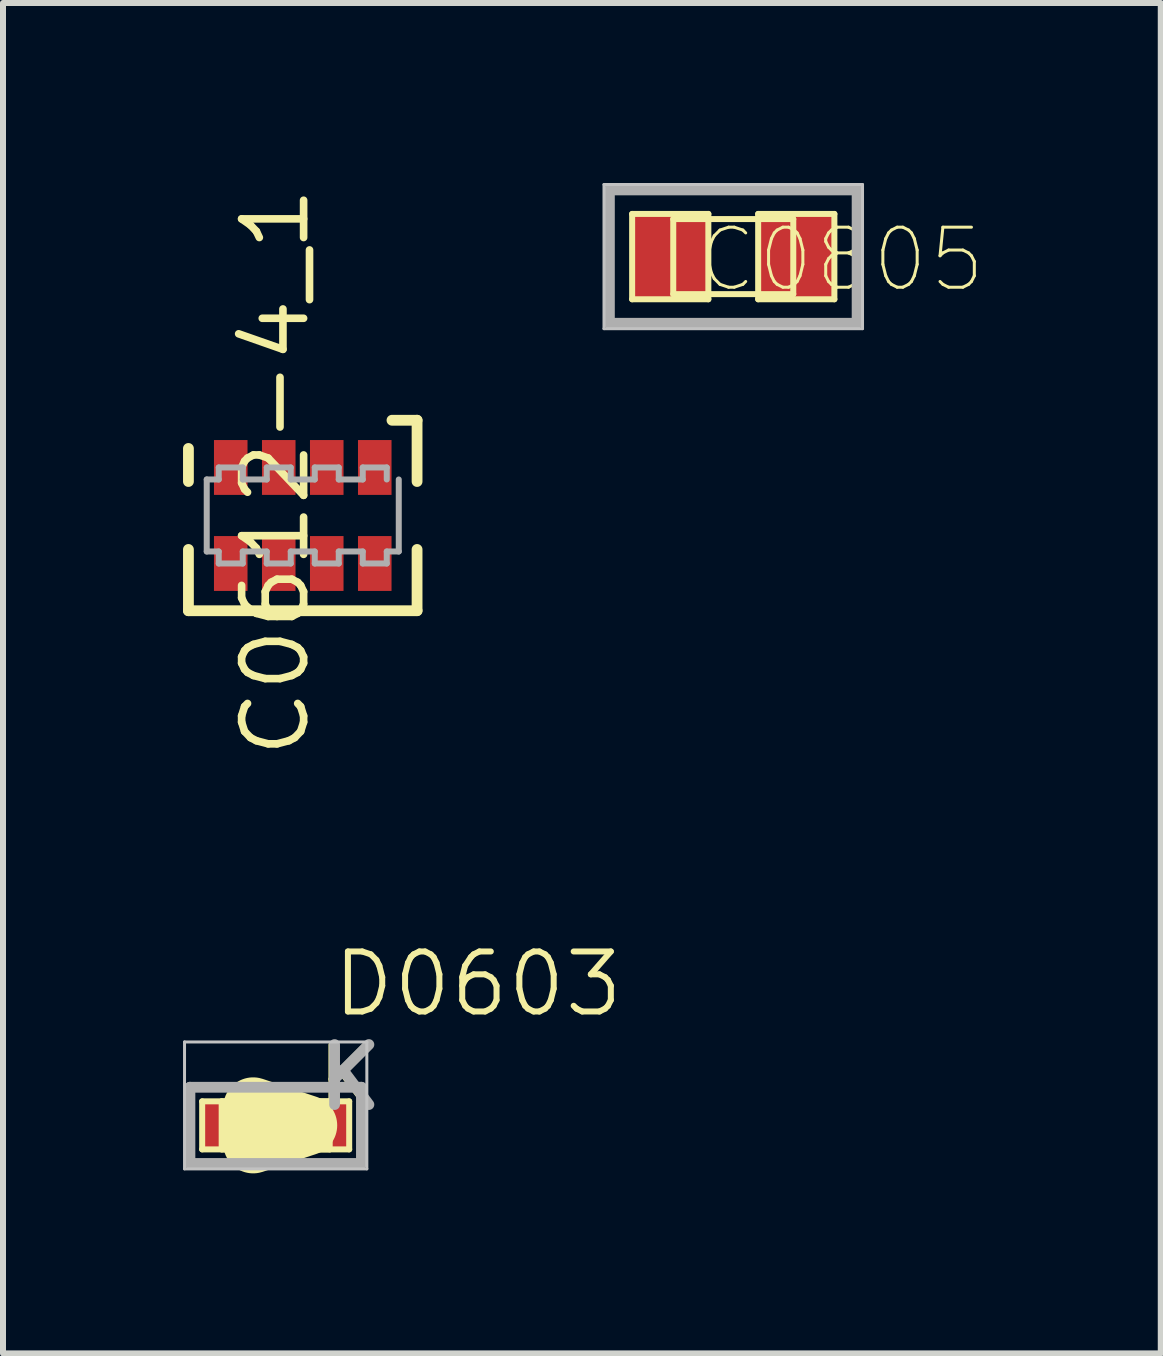
<source format=kicad_pcb>
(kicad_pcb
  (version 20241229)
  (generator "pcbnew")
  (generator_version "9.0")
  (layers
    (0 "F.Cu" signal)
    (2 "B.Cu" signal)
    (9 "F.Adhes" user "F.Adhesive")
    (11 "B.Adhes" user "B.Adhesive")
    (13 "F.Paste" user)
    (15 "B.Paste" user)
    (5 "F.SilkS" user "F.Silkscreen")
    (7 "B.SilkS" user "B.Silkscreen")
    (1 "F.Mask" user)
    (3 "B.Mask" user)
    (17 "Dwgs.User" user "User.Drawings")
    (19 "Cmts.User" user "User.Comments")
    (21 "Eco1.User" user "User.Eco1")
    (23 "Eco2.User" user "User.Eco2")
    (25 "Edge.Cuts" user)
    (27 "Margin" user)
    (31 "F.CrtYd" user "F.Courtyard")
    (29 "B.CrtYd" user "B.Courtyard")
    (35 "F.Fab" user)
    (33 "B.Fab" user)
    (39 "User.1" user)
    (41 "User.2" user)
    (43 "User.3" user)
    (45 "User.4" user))
  (footprint "D0603"
    (placed yes)
    (layer "F.Cu")
    (at 1.544 15.703)
    (property "Reference" "D0603" (at 0.9 -1.77 180) (layer "F.SilkS") (effects (font (size 1 1) (thickness 0.1)) (justify left bottom)))
    (attr through_hole)
    (fp_line (start -1.225 -0.4) (end -1.225 0.4) (stroke (width 0.1) (type solid)) (layer "F.SilkS"))
    (fp_line (start -1.225 0.4) (end -0.425 0.4) (stroke (width 0.1) (type solid)) (layer "F.SilkS"))
    (fp_line (start -0.9 -0.4) (end -0.9 0.4) (stroke (width 0.1) (type solid)) (layer "F.SilkS"))
    (fp_line (start -0.9 0.4) (end 0.9 0.4) (stroke (width 0.1) (type solid)) (layer "F.SilkS"))
    (fp_line (start -0.625 -0.4) (end -0.625 0.4) (stroke (width 0.1) (type solid)) (layer "F.SilkS"))
    (fp_line (start -0.425 -0.4) (end -1.225 -0.4) (stroke (width 0.1) (type solid)) (layer "F.SilkS"))
    (fp_line (start -0.425 0.4) (end -0.425 -0.4) (stroke (width 0.1) (type solid)) (layer "F.SilkS"))
    (fp_line (start 0.425 -0.4) (end 0.425 0.4) (stroke (width 0.1) (type solid)) (layer "F.SilkS"))
    (fp_line (start 0.425 0.4) (end 1.225 0.4) (stroke (width 0.1) (type solid)) (layer "F.SilkS"))
    (fp_line (start 0.625 -0.4) (end 0.625 0.4) (stroke (width 0.1) (type solid)) (layer "F.SilkS"))
    (fp_line (start 0.9 -0.4) (end -0.9 -0.4) (stroke (width 0.1) (type solid)) (layer "F.SilkS"))
    (fp_line (start 0.9 0.4) (end 0.9 -0.4) (stroke (width 0.1) (type solid)) (layer "F.SilkS"))
    (fp_line (start 1.225 -0.4) (end 0.425 -0.4) (stroke (width 0.1) (type solid)) (layer "F.SilkS"))
    (fp_line (start 1.225 0.4) (end 1.225 -0.4) (stroke (width 0.1) (type solid)) (layer "F.SilkS"))
    (fp_poly (pts (xy 0.525 0) (xy -0.375 0.3) (xy -0.375 -0.3)) (stroke (width 1) (type solid)) (fill yes) (layer "F.SilkS"))
    (fp_line (start -1.519 -1.39) (end 1.519 -1.39) (stroke (width 0.05) (type solid)) (layer "Dwgs.User"))
    (fp_line (start -1.519 0.725) (end -1.519 -1.39) (stroke (width 0.05) (type solid)) (layer "Dwgs.User"))
    (fp_line (start 1.519 -1.39) (end 1.519 0.725) (stroke (width 0.05) (type solid)) (layer "Dwgs.User"))
    (fp_line (start 1.519 0.725) (end -1.519 0.725) (stroke (width 0.05) (type solid)) (layer "Dwgs.User"))
    (fp_line (start -1.429 -0.635) (end -1.429 0.635) (stroke (width 0.18) (type solid)) (layer "F.Fab"))
    (fp_line (start -1.429 0.635) (end 1.429 0.635) (stroke (width 0.18) (type solid)) (layer "F.Fab"))
    (fp_line (start 1.429 -0.635) (end -1.429 -0.635) (stroke (width 0.18) (type solid)) (layer "F.Fab"))
    (fp_line (start 1.429 0.635) (end 1.429 -0.635) (stroke (width 0.18) (type solid)) (layer "F.Fab"))
    (fp_poly (pts (xy 1.429 -0.635) (xy 1.429 0.635) (xy -1.429 0.635) (xy -1.429 -0.635)) (stroke (width 0.02) (type solid)) (fill no) (layer "F.Fab"))
    (fp_text user "K" (at 0.625 -0.8 0) (layer "F.SilkS") (effects (font (size 1 1) (thickness 0.1)) (justify left)))
    (fp_text user "K" (at 0.625 -0.8 0) (layer "F.Fab") (effects (font (size 1 1) (thickness 0.18)) (justify left)))
    (pad "A" smd rect (at -0.825 0) (size 0.8 0.8) (layers "F.Cu" "F.Mask" "F.Paste"))
    (pad "K" smd rect (at 0.825 0) (size 0.8 0.8) (layers "F.Cu" "F.Mask" "F.Paste")))
  (footprint "C0612-4_1"
    (layer "F.Cu")
    (at 1.995 5.54)
    (property "Reference" "C0612-4_1" (at -0.457 -0.724 90) (unlocked yes) (layer "F.SilkS") (effects (font (size 1.033 1.087) (thickness 0.127))))
    (attr smd)
    (fp_line (start -1.905 -0.566) (end -1.905 -1.117) (stroke (width 0.18) (type solid)) (layer "F.SilkS"))
    (fp_line (start -1.905 1.587) (end -1.905 0.566) (stroke (width 0.18) (type solid)) (layer "F.SilkS"))
    (fp_line (start -1.905 1.587) (end 1.905 1.587) (stroke (width 0.18) (type solid)) (layer "F.SilkS"))
    (fp_line (start 1.487 -1.587) (end 1.905 -1.587) (stroke (width 0.18) (type solid)) (layer "F.SilkS"))
    (fp_line (start 1.905 -0.566) (end 1.905 -1.587) (stroke (width 0.18) (type solid)) (layer "F.SilkS"))
    (fp_line (start 1.905 1.587) (end 1.905 0.566) (stroke (width 0.18) (type solid)) (layer "F.SilkS"))
    (fp_line (start -1.6 -0.6) (end -1.4 -0.6) (stroke (width 0.1) (type solid)) (layer "F.Fab"))
    (fp_line (start -1.6 0.6) (end -1.6 -0.6) (stroke (width 0.1) (type solid)) (layer "F.Fab"))
    (fp_line (start -1.6 0.6) (end -1.4 0.6) (stroke (width 0.1) (type solid)) (layer "F.Fab"))
    (fp_line (start -1.4 -0.8) (end -1 -0.8) (stroke (width 0.1) (type solid)) (layer "F.Fab"))
    (fp_line (start -1.4 -0.6) (end -1.4 -0.8) (stroke (width 0.1) (type solid)) (layer "F.Fab"))
    (fp_line (start -1.4 0.8) (end -1.4 0.6) (stroke (width 0.1) (type solid)) (layer "F.Fab"))
    (fp_line (start -1.4 0.8) (end -1 0.8) (stroke (width 0.1) (type solid)) (layer "F.Fab"))
    (fp_line (start -1 -0.6) (end -1 -0.8) (stroke (width 0.1) (type solid)) (layer "F.Fab"))
    (fp_line (start -1 -0.6) (end -0.6 -0.6) (stroke (width 0.1) (type solid)) (layer "F.Fab"))
    (fp_line (start -1 0.6) (end -0.6 0.6) (stroke (width 0.1) (type solid)) (layer "F.Fab"))
    (fp_line (start -1 0.8) (end -1 0.6) (stroke (width 0.1) (type solid)) (layer "F.Fab"))
    (fp_line (start -0.6 -0.8) (end -0.2 -0.8) (stroke (width 0.1) (type solid)) (layer "F.Fab"))
    (fp_line (start -0.6 -0.6) (end -0.6 -0.8) (stroke (width 0.1) (type solid)) (layer "F.Fab"))
    (fp_line (start -0.6 0.8) (end -0.6 0.6) (stroke (width 0.1) (type solid)) (layer "F.Fab"))
    (fp_line (start -0.6 0.8) (end -0.2 0.8) (stroke (width 0.1) (type solid)) (layer "F.Fab"))
    (fp_line (start -0.2 -0.6) (end -0.2 -0.8) (stroke (width 0.1) (type solid)) (layer "F.Fab"))
    (fp_line (start -0.2 -0.6) (end 0.2 -0.6) (stroke (width 0.1) (type solid)) (layer "F.Fab"))
    (fp_line (start -0.2 0.6) (end 0.2 0.6) (stroke (width 0.1) (type solid)) (layer "F.Fab"))
    (fp_line (start -0.2 0.8) (end -0.2 0.6) (stroke (width 0.1) (type solid)) (layer "F.Fab"))
    (fp_line (start 0.2 -0.8) (end 0.6 -0.8) (stroke (width 0.1) (type solid)) (layer "F.Fab"))
    (fp_line (start 0.2 -0.6) (end 0.2 -0.8) (stroke (width 0.1) (type solid)) (layer "F.Fab"))
    (fp_line (start 0.2 0.8) (end 0.2 0.6) (stroke (width 0.1) (type solid)) (layer "F.Fab"))
    (fp_line (start 0.2 0.8) (end 0.6 0.8) (stroke (width 0.1) (type solid)) (layer "F.Fab"))
    (fp_line (start 0.6 -0.6) (end 0.6 -0.8) (stroke (width 0.1) (type solid)) (layer "F.Fab"))
    (fp_line (start 0.6 -0.6) (end 1 -0.6) (stroke (width 0.1) (type solid)) (layer "F.Fab"))
    (fp_line (start 0.6 0.6) (end 1 0.6) (stroke (width 0.1) (type solid)) (layer "F.Fab"))
    (fp_line (start 0.6 0.8) (end 0.6 0.6) (stroke (width 0.1) (type solid)) (layer "F.Fab"))
    (fp_line (start 1 -0.8) (end 1.4 -0.8) (stroke (width 0.1) (type solid)) (layer "F.Fab"))
    (fp_line (start 1 -0.6) (end 1 -0.8) (stroke (width 0.1) (type solid)) (layer "F.Fab"))
    (fp_line (start 1 0.8) (end 1 0.6) (stroke (width 0.1) (type solid)) (layer "F.Fab"))
    (fp_line (start 1 0.8) (end 1.4 0.8) (stroke (width 0.1) (type solid)) (layer "F.Fab"))
    (fp_line (start 1.4 -0.6) (end 1.4 -0.8) (stroke (width 0.1) (type solid)) (layer "F.Fab"))
    (fp_line (start 1.4 0.6) (end 1.6 0.6) (stroke (width 0.1) (type solid)) (layer "F.Fab"))
    (fp_line (start 1.4 0.8) (end 1.4 0.6) (stroke (width 0.1) (type solid)) (layer "F.Fab"))
    (fp_line (start 1.6 0.6) (end 1.6 -0.6) (stroke (width 0.1) (type solid)) (layer "F.Fab"))
    (pad "1" smd rect (at -1.2 0.8) (size 0.559 0.914) (layers "F.Cu" "F.Mask" "F.Paste"))
    (pad "2" smd rect (at -0.4 0.8) (size 0.559 0.914) (layers "F.Cu" "F.Mask" "F.Paste"))
    (pad "3" smd rect (at 0.4 0.8) (size 0.559 0.914) (layers "F.Cu" "F.Mask" "F.Paste"))
    (pad "4" smd rect (at 1.2 0.8) (size 0.559 0.914) (layers "F.Cu" "F.Mask" "F.Paste"))
    (pad "5" smd rect (at 1.2 -0.8) (size 0.559 0.914) (layers "F.Cu" "F.Mask" "F.Paste"))
    (pad "6" smd rect (at 0.4 -0.8) (size 0.559 0.914) (layers "F.Cu" "F.Mask" "F.Paste"))
    (pad "7" smd rect (at -0.4 -0.8) (size 0.559 0.914) (layers "F.Cu" "F.Mask" "F.Paste"))
    (pad "8" smd rect (at -1.2 -0.8) (size 0.559 0.914) (layers "F.Cu" "F.Mask" "F.Paste")))
  (footprint "C0805"
    (placed yes)
    (layer "F.Cu")
    (at 9.169 1.226)
    (property "Reference" "C0805" (at -0.635 0.635 0) (layer "F.SilkS") (effects (font (size 1 1) (thickness 0.05)) (justify left bottom)))
    (attr through_hole)
    (fp_line (start -1.685 -0.711) (end -0.415 -0.711) (stroke (width 0.1) (type solid)) (layer "F.SilkS"))
    (fp_line (start -1.685 0.711) (end -1.685 -0.711) (stroke (width 0.1) (type solid)) (layer "F.SilkS"))
    (fp_line (start -1 -0.625) (end -1 0.625) (stroke (width 0.1) (type solid)) (layer "F.SilkS"))
    (fp_line (start -1 0.625) (end 1 0.625) (stroke (width 0.1) (type solid)) (layer "F.SilkS"))
    (fp_line (start -0.415 -0.711) (end -0.415 0.711) (stroke (width 0.1) (type solid)) (layer "F.SilkS"))
    (fp_line (start -0.415 0.711) (end -1.685 0.711) (stroke (width 0.1) (type solid)) (layer "F.SilkS"))
    (fp_line (start 0.415 -0.711) (end 1.685 -0.711) (stroke (width 0.1) (type solid)) (layer "F.SilkS"))
    (fp_line (start 0.415 0.711) (end 0.415 -0.711) (stroke (width 0.1) (type solid)) (layer "F.SilkS"))
    (fp_line (start 1 -0.625) (end -1 -0.625) (stroke (width 0.1) (type solid)) (layer "F.SilkS"))
    (fp_line (start 1 0.625) (end 1 -0.625) (stroke (width 0.1) (type solid)) (layer "F.SilkS"))
    (fp_line (start 1.685 -0.711) (end 1.685 0.711) (stroke (width 0.1) (type solid)) (layer "F.SilkS"))
    (fp_line (start 1.685 0.711) (end 0.415 0.711) (stroke (width 0.1) (type solid)) (layer "F.SilkS"))
    (fp_line (start -2.154 -1.201) (end 2.154 -1.201) (stroke (width 0.05) (type solid)) (layer "Dwgs.User"))
    (fp_line (start -2.154 1.201) (end -2.154 -1.201) (stroke (width 0.05) (type solid)) (layer "Dwgs.User"))
    (fp_line (start 2.154 -1.201) (end 2.154 1.201) (stroke (width 0.05) (type solid)) (layer "Dwgs.User"))
    (fp_line (start 2.154 1.201) (end -2.154 1.201) (stroke (width 0.05) (type solid)) (layer "Dwgs.User"))
    (fp_line (start -2.064 -1.111) (end -2.064 1.111) (stroke (width 0.18) (type solid)) (layer "F.Fab"))
    (fp_line (start -2.064 1.111) (end 2.064 1.111) (stroke (width 0.18) (type solid)) (layer "F.Fab"))
    (fp_line (start 2.064 -1.111) (end -2.064 -1.111) (stroke (width 0.18) (type solid)) (layer "F.Fab"))
    (fp_line (start 2.064 1.111) (end 2.064 -1.111) (stroke (width 0.18) (type solid)) (layer "F.Fab"))
    (fp_poly (pts (xy -2.064 -1.111) (xy 2.064 -1.111) (xy 2.064 1.111) (xy -2.064 1.111) (xy -2.064 -1.111)) (stroke (width 0.02) (type solid)) (fill no) (layer "F.Fab"))
    (pad "1" smd rect (at -1.05 0) (size 1.27 1.422) (layers "F.Cu" "F.Mask" "F.Paste"))
    (pad "2" smd rect (at 1.05 0) (size 1.27 1.422) (layers "F.Cu" "F.Mask" "F.Paste")))
  (gr_rect
    (start -3 -3)
    (end 16.293 19.503)
    (stroke (width 0.1) (type default))
    (fill no)
    (layer "Edge.Cuts")))
</source>
